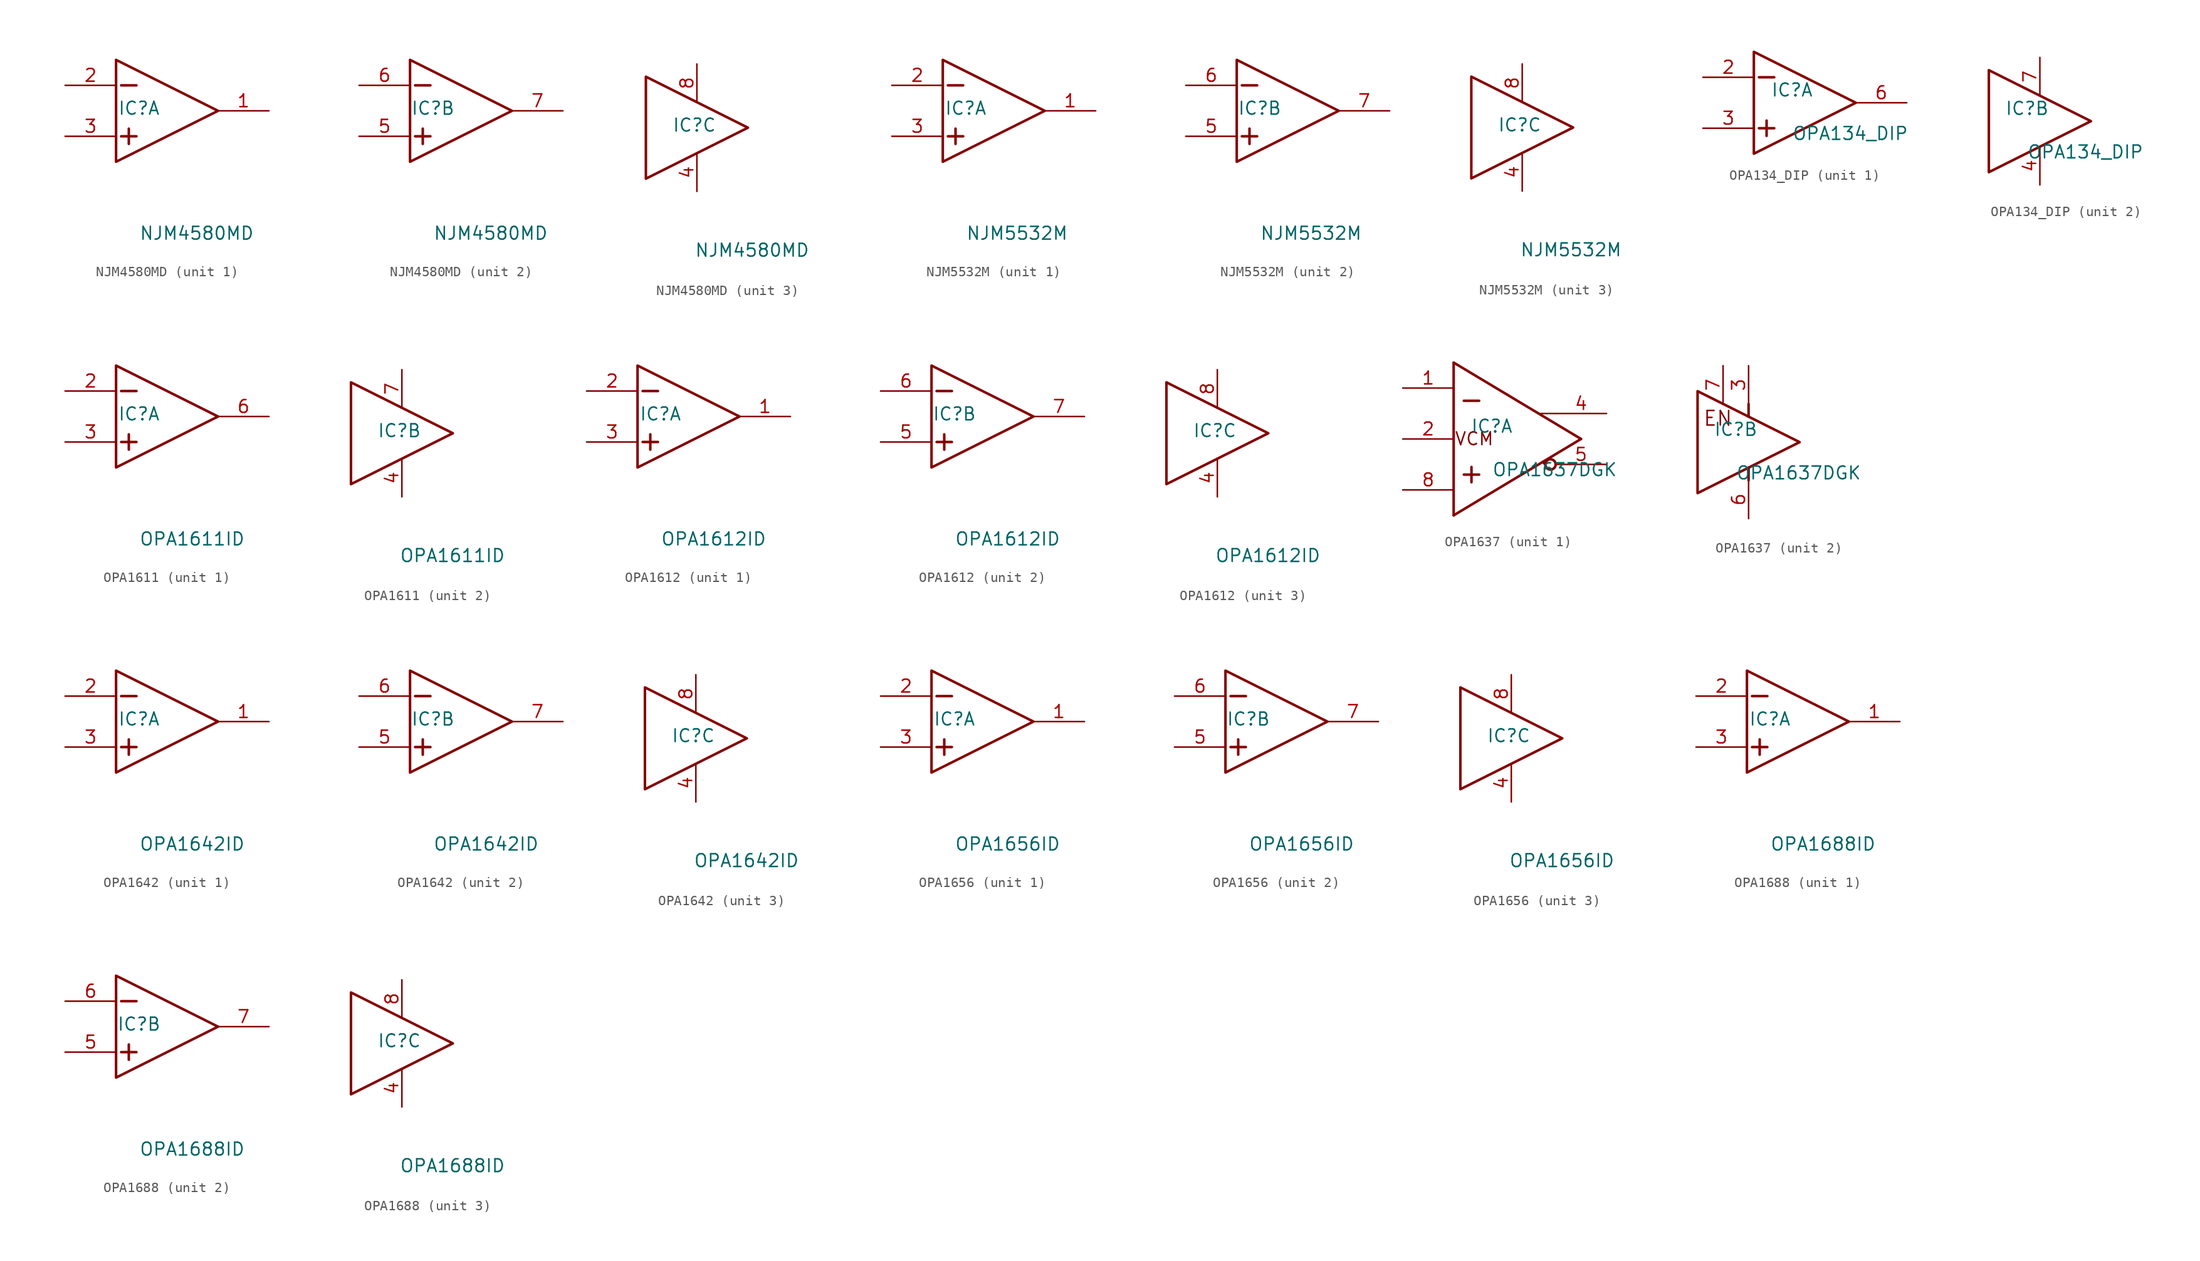
<source format=kicad_sym>
(kicad_symbol_lib
  (version 20231120)
  (generator "kicad_symbol_editor")
  (generator_version "8.0")
  (symbol "NJM4580MD"
    (property "Reference" "IC"
      (at -0.254 0.254 0)
      (effects (font (size 1.27 1.27))))
    (property "Value" "NJM4580MD"
      (at -0.254 -12.954 0)
      (effects (font (size 1.27 1.27)) (justify left bottom)))
    (symbol "NJM4580MD_1_0"
      (polyline (pts (xy -2.032 -2.54) (xy -0.508 -2.54)) (stroke (width 0.254) (type solid)) (fill (type none)))
      (polyline (pts (xy -2.032 2.54) (xy -0.508 2.54)) (stroke (width 0.254) (type solid)) (fill (type none)))
      (polyline (pts (xy -1.27 -1.778) (xy -1.27 -3.302)) (stroke (width 0.254) (type solid)) (fill (type none)))
      (polyline (pts (xy -2.54 -5.08) (xy -2.54 5.08) (xy 7.62 0) (xy -2.54 -5.08)) (stroke (width 0.254) (type solid)) (fill (type none)))
      (pin passive line (at 12.7 0 180) (length 5.08) (name "OUT" (effects (font (size 0 0)))) (number "1" (effects (font (size 1.27 1.27)))))
      (pin passive line (at -7.62 2.54 0) (length 5.08) (name "IN-" (effects (font (size 0 0)))) (number "2" (effects (font (size 1.27 1.27)))))
      (pin passive line (at -7.62 -2.54 0) (length 5.08) (name "IN+" (effects (font (size 0 0)))) (number "3" (effects (font (size 1.27 1.27))))))
    (symbol "NJM4580MD_2_0"
      (polyline (pts (xy -2.032 -2.54) (xy -0.508 -2.54)) (stroke (width 0.254) (type solid)) (fill (type none)))
      (polyline (pts (xy -2.032 2.54) (xy -0.508 2.54)) (stroke (width 0.254) (type solid)) (fill (type none)))
      (polyline (pts (xy -1.27 -1.778) (xy -1.27 -3.302)) (stroke (width 0.254) (type solid)) (fill (type none)))
      (polyline (pts (xy -2.54 -5.08) (xy -2.54 5.08) (xy 7.62 0) (xy -2.54 -5.08)) (stroke (width 0.254) (type solid)) (fill (type none)))
      (pin passive line (at -7.62 -2.54 0) (length 5.08) (name "IN+" (effects (font (size 0 0)))) (number "5" (effects (font (size 1.27 1.27)))))
      (pin passive line (at -7.62 2.54 0) (length 5.08) (name "IN-" (effects (font (size 0 0)))) (number "6" (effects (font (size 1.27 1.27)))))
      (pin passive line (at 12.7 0 180) (length 5.08) (name "OUT" (effects (font (size 0 0)))) (number "7" (effects (font (size 1.27 1.27))))))
    (symbol "NJM4580MD_3_0"
      (polyline (pts (xy -5.08 -5.08) (xy -5.08 5.08) (xy 5.08 0) (xy -5.08 -5.08)) (stroke (width 0.254) (type solid)) (fill (type none)))
      (pin power_in line (at 0 -6.35 90) (length 3.81) (name "V-" (effects (font (size 0 0)))) (number "4" (effects (font (size 1.27 1.27)))))
      (pin power_in line (at 0 6.35 270) (length 3.81) (name "V+" (effects (font (size 0 0)))) (number "8" (effects (font (size 1.27 1.27)))))))
  (symbol "NJM5532M"
    (property "Reference" "IC"
      (at -0.254 0.254 0)
      (effects (font (size 1.27 1.27))))
    (property "Value" "NJM5532M"
      (at -0.254 -12.954 0)
      (effects (font (size 1.27 1.27)) (justify left bottom)))
    (symbol "NJM5532M_1_0"
      (polyline (pts (xy -2.032 -2.54) (xy -0.508 -2.54)) (stroke (width 0.254) (type solid)) (fill (type none)))
      (polyline (pts (xy -2.032 2.54) (xy -0.508 2.54)) (stroke (width 0.254) (type solid)) (fill (type none)))
      (polyline (pts (xy -1.27 -1.778) (xy -1.27 -3.302)) (stroke (width 0.254) (type solid)) (fill (type none)))
      (polyline (pts (xy -2.54 -5.08) (xy -2.54 5.08) (xy 7.62 0) (xy -2.54 -5.08)) (stroke (width 0.254) (type solid)) (fill (type none)))
      (pin passive line (at 12.7 0 180) (length 5.08) (name "OUT" (effects (font (size 0 0)))) (number "1" (effects (font (size 1.27 1.27)))))
      (pin passive line (at -7.62 2.54 0) (length 5.08) (name "IN-" (effects (font (size 0 0)))) (number "2" (effects (font (size 1.27 1.27)))))
      (pin passive line (at -7.62 -2.54 0) (length 5.08) (name "IN+" (effects (font (size 0 0)))) (number "3" (effects (font (size 1.27 1.27))))))
    (symbol "NJM5532M_2_0"
      (polyline (pts (xy -2.032 -2.54) (xy -0.508 -2.54)) (stroke (width 0.254) (type solid)) (fill (type none)))
      (polyline (pts (xy -2.032 2.54) (xy -0.508 2.54)) (stroke (width 0.254) (type solid)) (fill (type none)))
      (polyline (pts (xy -1.27 -1.778) (xy -1.27 -3.302)) (stroke (width 0.254) (type solid)) (fill (type none)))
      (polyline (pts (xy -2.54 -5.08) (xy -2.54 5.08) (xy 7.62 0) (xy -2.54 -5.08)) (stroke (width 0.254) (type solid)) (fill (type none)))
      (pin passive line (at -7.62 -2.54 0) (length 5.08) (name "IN+" (effects (font (size 0 0)))) (number "5" (effects (font (size 1.27 1.27)))))
      (pin passive line (at -7.62 2.54 0) (length 5.08) (name "IN-" (effects (font (size 0 0)))) (number "6" (effects (font (size 1.27 1.27)))))
      (pin passive line (at 12.7 0 180) (length 5.08) (name "OUT" (effects (font (size 0 0)))) (number "7" (effects (font (size 1.27 1.27))))))
    (symbol "NJM5532M_3_0"
      (polyline (pts (xy -5.08 -5.08) (xy -5.08 5.08) (xy 5.08 0) (xy -5.08 -5.08)) (stroke (width 0.254) (type solid)) (fill (type none)))
      (pin power_in line (at 0 -6.35 90) (length 3.81) (name "V-" (effects (font (size 0 0)))) (number "4" (effects (font (size 1.27 1.27)))))
      (pin power_in line (at 0 6.35 270) (length 3.81) (name "V+" (effects (font (size 0 0)))) (number "8" (effects (font (size 1.27 1.27)))))))
  (symbol "OPA134_DIP"
    (property "Reference" "IC"
      (at -1.27 1.27 0)
      (effects (font (size 1.27 1.27))))
    (property "Value" "OPA134_DIP"
      (at -1.27 -3.81 0)
      (effects (font (size 1.27 1.27)) (justify left bottom)))
    (symbol "OPA134_DIP_1_0"
      (polyline (pts (xy -4.572 -2.54) (xy -3.048 -2.54)) (stroke (width 0.254) (type solid)) (fill (type none)))
      (polyline (pts (xy -4.572 2.54) (xy -3.048 2.54)) (stroke (width 0.254) (type solid)) (fill (type none)))
      (polyline (pts (xy -3.81 -1.778) (xy -3.81 -3.302)) (stroke (width 0.254) (type solid)) (fill (type none)))
      (polyline (pts (xy -5.08 -5.08) (xy -5.08 5.08) (xy 5.08 0) (xy -5.08 -5.08)) (stroke (width 0.254) (type solid)) (fill (type none)))
      (pin passive line (at -10.16 2.54 0) (length 5.08) (name "IN-" (effects (font (size 0 0)))) (number "2" (effects (font (size 1.27 1.27)))))
      (pin passive line (at -10.16 -2.54 0) (length 5.08) (name "IN+" (effects (font (size 0 0)))) (number "3" (effects (font (size 1.27 1.27)))))
      (pin passive line (at 10.16 0 180) (length 5.08) (name "OUT" (effects (font (size 0 0)))) (number "6" (effects (font (size 1.27 1.27))))))
    (symbol "OPA134_DIP_2_0"
      (polyline (pts (xy -5.08 -5.08) (xy -5.08 5.08) (xy 5.08 0) (xy -5.08 -5.08)) (stroke (width 0.254) (type solid)) (fill (type none)))
      (pin power_in line (at 0 -6.35 90) (length 3.81) (name "V-" (effects (font (size 0 0)))) (number "4" (effects (font (size 1.27 1.27)))))
      (pin power_in line (at 0 6.35 270) (length 3.81) (name "V+" (effects (font (size 0 0)))) (number "7" (effects (font (size 1.27 1.27)))))))
  (symbol "OPA1611"
    (property "Reference" "IC"
      (at -0.254 0.254 0)
      (effects (font (size 1.27 1.27))))
    (property "Value" "OPA1611ID"
      (at -0.254 -12.954 0)
      (effects (font (size 1.27 1.27)) (justify left bottom)))
    (symbol "OPA1611_1_0"
      (polyline (pts (xy -2.032 -2.54) (xy -0.508 -2.54)) (stroke (width 0.254) (type solid)) (fill (type none)))
      (polyline (pts (xy -2.032 2.54) (xy -0.508 2.54)) (stroke (width 0.254) (type solid)) (fill (type none)))
      (polyline (pts (xy -1.27 -1.778) (xy -1.27 -3.302)) (stroke (width 0.254) (type solid)) (fill (type none)))
      (polyline (pts (xy -2.54 -5.08) (xy -2.54 5.08) (xy 7.62 0) (xy -2.54 -5.08)) (stroke (width 0.254) (type solid)) (fill (type none)))
      (pin passive line (at -7.62 2.54 0) (length 5.08) (name "IN-" (effects (font (size 0 0)))) (number "2" (effects (font (size 1.27 1.27)))))
      (pin passive line (at -7.62 -2.54 0) (length 5.08) (name "IN+" (effects (font (size 0 0)))) (number "3" (effects (font (size 1.27 1.27)))))
      (pin passive line (at 12.7 0 180) (length 5.08) (name "OUT" (effects (font (size 0 0)))) (number "6" (effects (font (size 1.27 1.27))))))
    (symbol "OPA1611_2_0"
      (polyline (pts (xy -5.08 -5.08) (xy -5.08 5.08) (xy 5.08 0) (xy -5.08 -5.08)) (stroke (width 0.254) (type solid)) (fill (type none)))
      (pin power_in line (at 0 -6.35 90) (length 3.81) (name "V-" (effects (font (size 0 0)))) (number "4" (effects (font (size 1.27 1.27)))))
      (pin power_in line (at 0 6.35 270) (length 3.81) (name "V+" (effects (font (size 0 0)))) (number "7" (effects (font (size 1.27 1.27)))))))
  (symbol "OPA1612"
    (property "Reference" "IC"
      (at -0.254 0.254 0)
      (effects (font (size 1.27 1.27))))
    (property "Value" "OPA1612ID"
      (at -0.254 -12.954 0)
      (effects (font (size 1.27 1.27)) (justify left bottom)))
    (symbol "OPA1612_1_0"
      (polyline (pts (xy -2.032 -2.54) (xy -0.508 -2.54)) (stroke (width 0.254) (type solid)) (fill (type none)))
      (polyline (pts (xy -2.032 2.54) (xy -0.508 2.54)) (stroke (width 0.254) (type solid)) (fill (type none)))
      (polyline (pts (xy -1.27 -1.778) (xy -1.27 -3.302)) (stroke (width 0.254) (type solid)) (fill (type none)))
      (polyline (pts (xy -2.54 -5.08) (xy -2.54 5.08) (xy 7.62 0) (xy -2.54 -5.08)) (stroke (width 0.254) (type solid)) (fill (type none)))
      (pin passive line (at 12.7 0 180) (length 5.08) (name "OUT" (effects (font (size 0 0)))) (number "1" (effects (font (size 1.27 1.27)))))
      (pin passive line (at -7.62 2.54 0) (length 5.08) (name "IN-" (effects (font (size 0 0)))) (number "2" (effects (font (size 1.27 1.27)))))
      (pin passive line (at -7.62 -2.54 0) (length 5.08) (name "IN+" (effects (font (size 0 0)))) (number "3" (effects (font (size 1.27 1.27))))))
    (symbol "OPA1612_2_0"
      (polyline (pts (xy -2.032 -2.54) (xy -0.508 -2.54)) (stroke (width 0.254) (type solid)) (fill (type none)))
      (polyline (pts (xy -2.032 2.54) (xy -0.508 2.54)) (stroke (width 0.254) (type solid)) (fill (type none)))
      (polyline (pts (xy -1.27 -1.778) (xy -1.27 -3.302)) (stroke (width 0.254) (type solid)) (fill (type none)))
      (polyline (pts (xy -2.54 -5.08) (xy -2.54 5.08) (xy 7.62 0) (xy -2.54 -5.08)) (stroke (width 0.254) (type solid)) (fill (type none)))
      (pin passive line (at -7.62 -2.54 0) (length 5.08) (name "IN+" (effects (font (size 0 0)))) (number "5" (effects (font (size 1.27 1.27)))))
      (pin passive line (at -7.62 2.54 0) (length 5.08) (name "IN-" (effects (font (size 0 0)))) (number "6" (effects (font (size 1.27 1.27)))))
      (pin passive line (at 12.7 0 180) (length 5.08) (name "OUT" (effects (font (size 0 0)))) (number "7" (effects (font (size 1.27 1.27))))))
    (symbol "OPA1612_3_0"
      (polyline (pts (xy -5.08 -5.08) (xy -5.08 5.08) (xy 5.08 0) (xy -5.08 -5.08)) (stroke (width 0.254) (type solid)) (fill (type none)))
      (pin power_in line (at 0 -6.35 90) (length 3.81) (name "V-" (effects (font (size 0 0)))) (number "4" (effects (font (size 1.27 1.27)))))
      (pin power_in line (at 0 6.35 270) (length 3.81) (name "V+" (effects (font (size 0 0)))) (number "8" (effects (font (size 1.27 1.27)))))))
  (symbol "OPA1637"
    (property "Reference" "IC"
      (at -1.27 1.27 0)
      (effects (font (size 1.27 1.27))))
    (property "Value" "OPA1637DGK"
      (at -1.27 -3.81 0)
      (effects (font (size 1.27 1.27)) (justify left bottom)))
    (symbol "OPA1637_1_0"
      (polyline (pts (xy -5.08 -7.62) (xy 7.62 0)) (stroke (width 0.254) (type solid)) (fill (type none)))
      (polyline (pts (xy -5.08 7.62) (xy -5.08 -7.62)) (stroke (width 0.254) (type solid)) (fill (type none)))
      (polyline (pts (xy -5.08 7.62) (xy 7.62 0)) (stroke (width 0.254) (type solid)) (fill (type none)))
      (polyline (pts (xy -4.064 -3.556) (xy -2.54 -3.556)) (stroke (width 0.254) (type solid)) (fill (type none)))
      (polyline (pts (xy -4.064 3.81) (xy -2.54 3.81)) (stroke (width 0.254) (type solid)) (fill (type none)))
      (polyline (pts (xy -3.302 -2.794) (xy -3.302 -4.318)) (stroke (width 0.254) (type solid)) (fill (type none)))
      (polyline (pts (xy 4.064 -2.54) (xy 3.81 -2.286)) (stroke (width 0.254) (type solid)) (fill (type none)))
      (polyline (pts (xy 5.08 2.54) (xy 3.556 2.54)) (stroke (width 0) (type solid)) (fill (type none)))
      (circle (center 4.572 -2.54) (radius 0.517) (stroke (width 0.254) (type solid)) (fill (type none)))
      (text "VCM" (at -1.016 0.762 0) (effects (font (size 1.27 1.27)) (justify right top)))
      (pin passive line (at -10.16 5.08 0) (length 5.08) (name "VIN-" (effects (font (size 0 0)))) (number "1" (effects (font (size 1.27 1.27)))))
      (pin passive line (at -10.16 0 0) (length 5.08) (name "VOCM" (effects (font (size 0 0)))) (number "2" (effects (font (size 1.27 1.27)))))
      (pin passive line (at 10.16 2.54 180) (length 5.08) (name "VOUT+" (effects (font (size 0 0)))) (number "4" (effects (font (size 1.27 1.27)))))
      (pin passive line (at 10.16 -2.54 180) (length 5.08) (name "VOUT-" (effects (font (size 0 0)))) (number "5" (effects (font (size 1.27 1.27)))))
      (pin passive line (at -10.16 -5.08 0) (length 5.08) (name "VIN+" (effects (font (size 0 0)))) (number "8" (effects (font (size 1.27 1.27))))))
    (symbol "OPA1637_2_0"
      (polyline (pts (xy 0 -3.81) (xy 0 -2.54)) (stroke (width 0.254) (type solid)) (fill (type none)))
      (polyline (pts (xy 0 3.81) (xy 0 2.54)) (stroke (width 0.254) (type solid)) (fill (type none)))
      (polyline (pts (xy -5.08 -5.08) (xy -5.08 5.08) (xy 5.08 0) (xy -5.08 -5.08)) (stroke (width 0.254) (type solid)) (fill (type none)))
      (text "EN" (at -4.572 1.524 0) (effects (font (size 1.448 1.448)) (justify left bottom)))
      (pin power_in line (at 0 7.62 270) (length 3.81) (name "V+" (effects (font (size 0 0)))) (number "3" (effects (font (size 1.27 1.27)))))
      (pin power_in line (at 0 -7.62 90) (length 3.81) (name "V-" (effects (font (size 0 0)))) (number "6" (effects (font (size 1.27 1.27)))))
      (pin passive line (at -2.54 7.62 270) (length 3.81) (name "ENABLE" (effects (font (size 0 0)))) (number "7" (effects (font (size 1.27 1.27)))))))
  (symbol "OPA1642"
    (property "Reference" "IC"
      (at -0.254 0.254 0)
      (effects (font (size 1.27 1.27))))
    (property "Value" "OPA1642ID"
      (at -0.254 -12.954 0)
      (effects (font (size 1.27 1.27)) (justify left bottom)))
    (symbol "OPA1642_1_0"
      (polyline (pts (xy -2.032 -2.54) (xy -0.508 -2.54)) (stroke (width 0.254) (type solid)) (fill (type none)))
      (polyline (pts (xy -2.032 2.54) (xy -0.508 2.54)) (stroke (width 0.254) (type solid)) (fill (type none)))
      (polyline (pts (xy -1.27 -1.778) (xy -1.27 -3.302)) (stroke (width 0.254) (type solid)) (fill (type none)))
      (polyline (pts (xy -2.54 -5.08) (xy -2.54 5.08) (xy 7.62 0) (xy -2.54 -5.08)) (stroke (width 0.254) (type solid)) (fill (type none)))
      (pin passive line (at 12.7 0 180) (length 5.08) (name "OUT" (effects (font (size 0 0)))) (number "1" (effects (font (size 1.27 1.27)))))
      (pin passive line (at -7.62 2.54 0) (length 5.08) (name "IN-" (effects (font (size 0 0)))) (number "2" (effects (font (size 1.27 1.27)))))
      (pin passive line (at -7.62 -2.54 0) (length 5.08) (name "IN+" (effects (font (size 0 0)))) (number "3" (effects (font (size 1.27 1.27))))))
    (symbol "OPA1642_2_0"
      (polyline (pts (xy -2.032 -2.54) (xy -0.508 -2.54)) (stroke (width 0.254) (type solid)) (fill (type none)))
      (polyline (pts (xy -2.032 2.54) (xy -0.508 2.54)) (stroke (width 0.254) (type solid)) (fill (type none)))
      (polyline (pts (xy -1.27 -1.778) (xy -1.27 -3.302)) (stroke (width 0.254) (type solid)) (fill (type none)))
      (polyline (pts (xy -2.54 -5.08) (xy -2.54 5.08) (xy 7.62 0) (xy -2.54 -5.08)) (stroke (width 0.254) (type solid)) (fill (type none)))
      (pin passive line (at -7.62 -2.54 0) (length 5.08) (name "IN+" (effects (font (size 0 0)))) (number "5" (effects (font (size 1.27 1.27)))))
      (pin passive line (at -7.62 2.54 0) (length 5.08) (name "IN-" (effects (font (size 0 0)))) (number "6" (effects (font (size 1.27 1.27)))))
      (pin passive line (at 12.7 0 180) (length 5.08) (name "OUT" (effects (font (size 0 0)))) (number "7" (effects (font (size 1.27 1.27))))))
    (symbol "OPA1642_3_0"
      (polyline (pts (xy -5.08 -5.08) (xy -5.08 5.08) (xy 5.08 0) (xy -5.08 -5.08)) (stroke (width 0.254) (type solid)) (fill (type none)))
      (pin power_in line (at 0 -6.35 90) (length 3.81) (name "V-" (effects (font (size 0 0)))) (number "4" (effects (font (size 1.27 1.27)))))
      (pin power_in line (at 0 6.35 270) (length 3.81) (name "V+" (effects (font (size 0 0)))) (number "8" (effects (font (size 1.27 1.27)))))))
  (symbol "OPA1656"
    (property "Reference" "IC"
      (at -0.254 0.254 0)
      (effects (font (size 1.27 1.27))))
    (property "Value" "OPA1656ID"
      (at -0.254 -12.954 0)
      (effects (font (size 1.27 1.27)) (justify left bottom)))
    (symbol "OPA1656_1_0"
      (polyline (pts (xy -2.032 -2.54) (xy -0.508 -2.54)) (stroke (width 0.254) (type solid)) (fill (type none)))
      (polyline (pts (xy -2.032 2.54) (xy -0.508 2.54)) (stroke (width 0.254) (type solid)) (fill (type none)))
      (polyline (pts (xy -1.27 -1.778) (xy -1.27 -3.302)) (stroke (width 0.254) (type solid)) (fill (type none)))
      (polyline (pts (xy -2.54 -5.08) (xy -2.54 5.08) (xy 7.62 0) (xy -2.54 -5.08)) (stroke (width 0.254) (type solid)) (fill (type none)))
      (pin passive line (at 12.7 0 180) (length 5.08) (name "OUT" (effects (font (size 0 0)))) (number "1" (effects (font (size 1.27 1.27)))))
      (pin passive line (at -7.62 2.54 0) (length 5.08) (name "IN-" (effects (font (size 0 0)))) (number "2" (effects (font (size 1.27 1.27)))))
      (pin passive line (at -7.62 -2.54 0) (length 5.08) (name "IN+" (effects (font (size 0 0)))) (number "3" (effects (font (size 1.27 1.27))))))
    (symbol "OPA1656_2_0"
      (polyline (pts (xy -2.032 -2.54) (xy -0.508 -2.54)) (stroke (width 0.254) (type solid)) (fill (type none)))
      (polyline (pts (xy -2.032 2.54) (xy -0.508 2.54)) (stroke (width 0.254) (type solid)) (fill (type none)))
      (polyline (pts (xy -1.27 -1.778) (xy -1.27 -3.302)) (stroke (width 0.254) (type solid)) (fill (type none)))
      (polyline (pts (xy -2.54 -5.08) (xy -2.54 5.08) (xy 7.62 0) (xy -2.54 -5.08)) (stroke (width 0.254) (type solid)) (fill (type none)))
      (pin passive line (at -7.62 -2.54 0) (length 5.08) (name "IN+" (effects (font (size 0 0)))) (number "5" (effects (font (size 1.27 1.27)))))
      (pin passive line (at -7.62 2.54 0) (length 5.08) (name "IN-" (effects (font (size 0 0)))) (number "6" (effects (font (size 1.27 1.27)))))
      (pin passive line (at 12.7 0 180) (length 5.08) (name "OUT" (effects (font (size 0 0)))) (number "7" (effects (font (size 1.27 1.27))))))
    (symbol "OPA1656_3_0"
      (polyline (pts (xy -5.08 -5.08) (xy -5.08 5.08) (xy 5.08 0) (xy -5.08 -5.08)) (stroke (width 0.254) (type solid)) (fill (type none)))
      (pin power_in line (at 0 -6.35 90) (length 3.81) (name "V-" (effects (font (size 0 0)))) (number "4" (effects (font (size 1.27 1.27)))))
      (pin power_in line (at 0 6.35 270) (length 3.81) (name "V+" (effects (font (size 0 0)))) (number "8" (effects (font (size 1.27 1.27)))))))
  (symbol "OPA1688"
    (property "Reference" "IC"
      (at -0.254 0.254 0)
      (effects (font (size 1.27 1.27))))
    (property "Value" "OPA1688ID"
      (at -0.254 -12.954 0)
      (effects (font (size 1.27 1.27)) (justify left bottom)))
    (symbol "OPA1688_1_0"
      (polyline (pts (xy -2.032 -2.54) (xy -0.508 -2.54)) (stroke (width 0.254) (type solid)) (fill (type none)))
      (polyline (pts (xy -2.032 2.54) (xy -0.508 2.54)) (stroke (width 0.254) (type solid)) (fill (type none)))
      (polyline (pts (xy -1.27 -1.778) (xy -1.27 -3.302)) (stroke (width 0.254) (type solid)) (fill (type none)))
      (polyline (pts (xy -2.54 -5.08) (xy -2.54 5.08) (xy 7.62 0) (xy -2.54 -5.08)) (stroke (width 0.254) (type solid)) (fill (type none)))
      (pin passive line (at 12.7 0 180) (length 5.08) (name "OUT" (effects (font (size 0 0)))) (number "1" (effects (font (size 1.27 1.27)))))
      (pin passive line (at -7.62 2.54 0) (length 5.08) (name "IN-" (effects (font (size 0 0)))) (number "2" (effects (font (size 1.27 1.27)))))
      (pin passive line (at -7.62 -2.54 0) (length 5.08) (name "IN+" (effects (font (size 0 0)))) (number "3" (effects (font (size 1.27 1.27))))))
    (symbol "OPA1688_2_0"
      (polyline (pts (xy -2.032 -2.54) (xy -0.508 -2.54)) (stroke (width 0.254) (type solid)) (fill (type none)))
      (polyline (pts (xy -2.032 2.54) (xy -0.508 2.54)) (stroke (width 0.254) (type solid)) (fill (type none)))
      (polyline (pts (xy -1.27 -1.778) (xy -1.27 -3.302)) (stroke (width 0.254) (type solid)) (fill (type none)))
      (polyline (pts (xy -2.54 -5.08) (xy -2.54 5.08) (xy 7.62 0) (xy -2.54 -5.08)) (stroke (width 0.254) (type solid)) (fill (type none)))
      (pin passive line (at -7.62 -2.54 0) (length 5.08) (name "IN+" (effects (font (size 0 0)))) (number "5" (effects (font (size 1.27 1.27)))))
      (pin passive line (at -7.62 2.54 0) (length 5.08) (name "IN-" (effects (font (size 0 0)))) (number "6" (effects (font (size 1.27 1.27)))))
      (pin passive line (at 12.7 0 180) (length 5.08) (name "OUT" (effects (font (size 0 0)))) (number "7" (effects (font (size 1.27 1.27))))))
    (symbol "OPA1688_3_0"
      (polyline (pts (xy -5.08 -5.08) (xy -5.08 5.08) (xy 5.08 0) (xy -5.08 -5.08)) (stroke (width 0.254) (type solid)) (fill (type none)))
      (pin power_in line (at 0 -6.35 90) (length 3.81) (name "V-" (effects (font (size 0 0)))) (number "4" (effects (font (size 1.27 1.27)))))
      (pin power_in line (at 0 6.35 270) (length 3.81) (name "V+" (effects (font (size 0 0)))) (number "8" (effects (font (size 1.27 1.27))))))))
</source>
